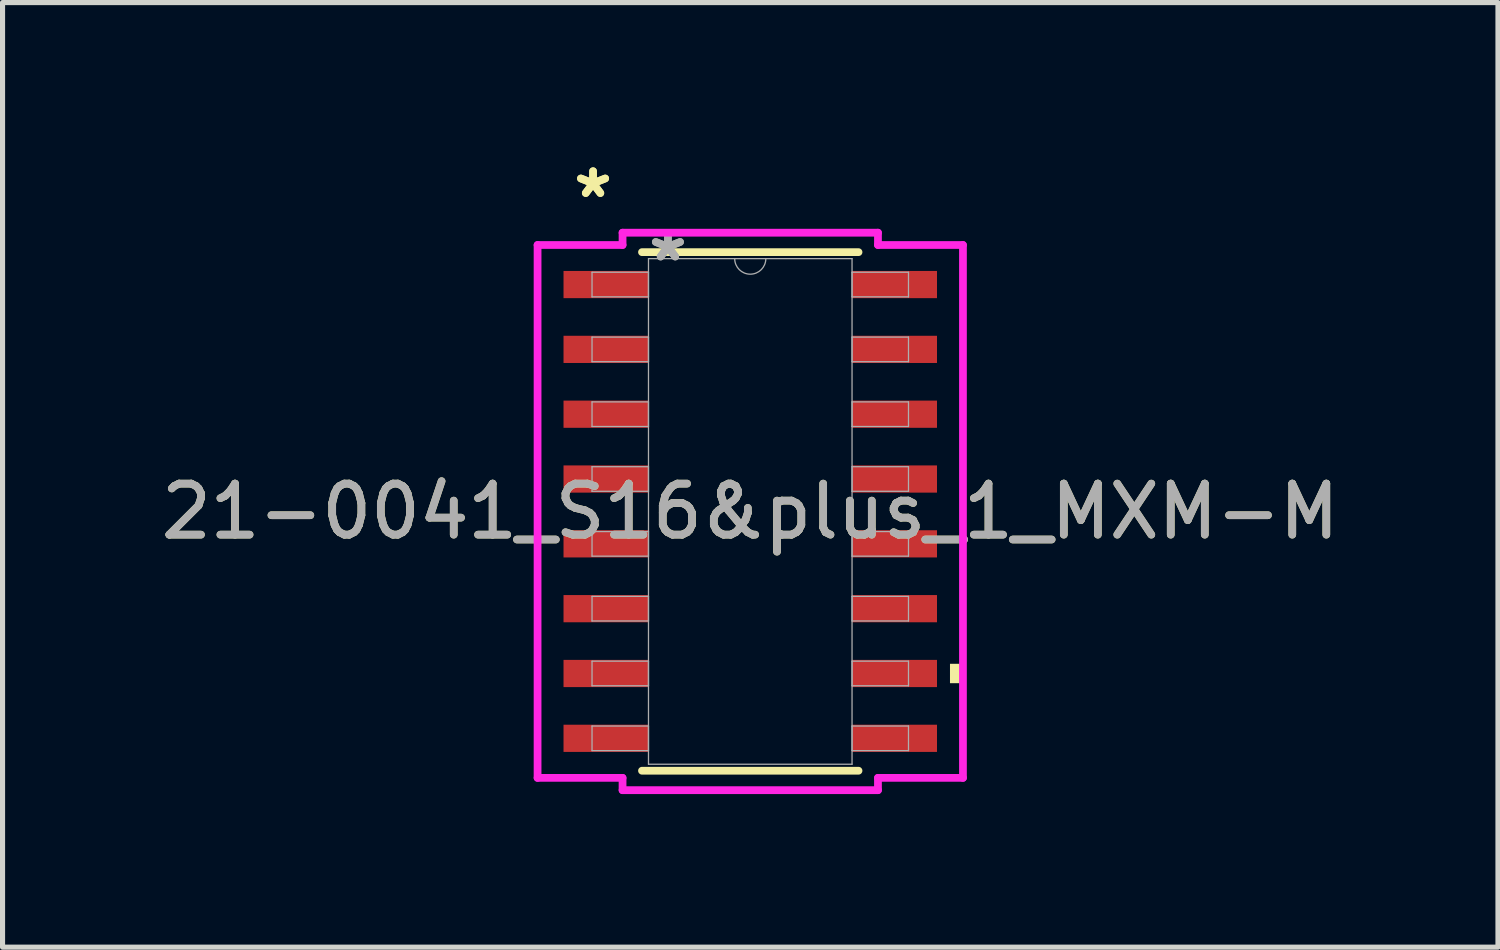
<source format=kicad_pcb>
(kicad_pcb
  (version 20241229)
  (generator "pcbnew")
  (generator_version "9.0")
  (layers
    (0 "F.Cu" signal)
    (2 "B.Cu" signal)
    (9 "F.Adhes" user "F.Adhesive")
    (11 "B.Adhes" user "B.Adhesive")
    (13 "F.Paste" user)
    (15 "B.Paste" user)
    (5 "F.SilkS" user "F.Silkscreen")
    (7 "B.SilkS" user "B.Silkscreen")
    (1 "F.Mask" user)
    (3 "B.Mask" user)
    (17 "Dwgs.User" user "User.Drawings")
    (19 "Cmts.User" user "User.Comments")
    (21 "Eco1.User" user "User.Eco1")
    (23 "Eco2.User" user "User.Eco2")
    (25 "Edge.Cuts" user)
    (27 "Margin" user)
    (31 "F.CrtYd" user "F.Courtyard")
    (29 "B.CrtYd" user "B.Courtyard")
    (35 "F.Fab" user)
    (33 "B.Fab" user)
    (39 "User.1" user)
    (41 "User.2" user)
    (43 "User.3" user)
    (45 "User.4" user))
  (footprint "21-0041_S16&plus_1_MXM-M"
    (layer "F.Cu")
    (at 11.649 6.97)
    (property "Reference" "21-0041_S16&plus_1_MXM-M" (at 0 0 0) (unlocked yes) (layer "F.SilkS") (effects (font (size 1 1) (thickness 0.15))))
    (attr smd)
    (fp_line (start -2.121 5.08) (end 2.121 5.08) (stroke (width 0.152) (type solid)) (layer "F.SilkS"))
    (fp_line (start 2.121 -5.08) (end -2.121 -5.08) (stroke (width 0.152) (type solid)) (layer "F.SilkS"))
    (fp_poly (pts (xy 4.167 2.985) (xy 4.167 3.365) (xy 3.913 3.365) (xy 3.913 2.985)) (stroke (width 0) (type solid)) (fill yes) (layer "F.SilkS"))
    (fp_line (start -4.167 -5.22) (end -2.502 -5.22) (stroke (width 0.152) (type solid)) (layer "F.CrtYd"))
    (fp_line (start -4.167 5.22) (end -4.167 -5.22) (stroke (width 0.152) (type solid)) (layer "F.CrtYd"))
    (fp_line (start -4.167 5.22) (end -2.502 5.22) (stroke (width 0.152) (type solid)) (layer "F.CrtYd"))
    (fp_line (start -2.502 -5.461) (end 2.502 -5.461) (stroke (width 0.152) (type solid)) (layer "F.CrtYd"))
    (fp_line (start -2.502 -5.22) (end -2.502 -5.461) (stroke (width 0.152) (type solid)) (layer "F.CrtYd"))
    (fp_line (start -2.502 5.461) (end -2.502 5.22) (stroke (width 0.152) (type solid)) (layer "F.CrtYd"))
    (fp_line (start 2.502 -5.461) (end 2.502 -5.22) (stroke (width 0.152) (type solid)) (layer "F.CrtYd"))
    (fp_line (start 2.502 5.22) (end 2.502 5.461) (stroke (width 0.152) (type solid)) (layer "F.CrtYd"))
    (fp_line (start 2.502 5.461) (end -2.502 5.461) (stroke (width 0.152) (type solid)) (layer "F.CrtYd"))
    (fp_line (start 4.167 -5.22) (end 2.502 -5.22) (stroke (width 0.152) (type solid)) (layer "F.CrtYd"))
    (fp_line (start 4.167 -5.22) (end 4.167 5.22) (stroke (width 0.152) (type solid)) (layer "F.CrtYd"))
    (fp_line (start 4.167 5.22) (end 2.502 5.22) (stroke (width 0.152) (type solid)) (layer "F.CrtYd"))
    (fp_line (start -3.1 -4.686) (end -3.1 -4.204) (stroke (width 0.025) (type solid)) (layer "F.Fab"))
    (fp_line (start -3.1 -4.204) (end -1.994 -4.204) (stroke (width 0.025) (type solid)) (layer "F.Fab"))
    (fp_line (start -3.1 -3.416) (end -3.1 -2.934) (stroke (width 0.025) (type solid)) (layer "F.Fab"))
    (fp_line (start -3.1 -2.934) (end -1.994 -2.934) (stroke (width 0.025) (type solid)) (layer "F.Fab"))
    (fp_line (start -3.1 -2.146) (end -3.1 -1.664) (stroke (width 0.025) (type solid)) (layer "F.Fab"))
    (fp_line (start -3.1 -1.664) (end -1.994 -1.664) (stroke (width 0.025) (type solid)) (layer "F.Fab"))
    (fp_line (start -3.1 -0.876) (end -3.1 -0.394) (stroke (width 0.025) (type solid)) (layer "F.Fab"))
    (fp_line (start -3.1 -0.394) (end -1.994 -0.394) (stroke (width 0.025) (type solid)) (layer "F.Fab"))
    (fp_line (start -3.1 0.394) (end -3.1 0.876) (stroke (width 0.025) (type solid)) (layer "F.Fab"))
    (fp_line (start -3.1 0.876) (end -1.994 0.876) (stroke (width 0.025) (type solid)) (layer "F.Fab"))
    (fp_line (start -3.1 1.664) (end -3.1 2.146) (stroke (width 0.025) (type solid)) (layer "F.Fab"))
    (fp_line (start -3.1 2.146) (end -1.994 2.146) (stroke (width 0.025) (type solid)) (layer "F.Fab"))
    (fp_line (start -3.1 2.934) (end -3.1 3.416) (stroke (width 0.025) (type solid)) (layer "F.Fab"))
    (fp_line (start -3.1 3.416) (end -1.994 3.416) (stroke (width 0.025) (type solid)) (layer "F.Fab"))
    (fp_line (start -3.1 4.204) (end -3.1 4.686) (stroke (width 0.025) (type solid)) (layer "F.Fab"))
    (fp_line (start -3.1 4.686) (end -1.994 4.686) (stroke (width 0.025) (type solid)) (layer "F.Fab"))
    (fp_line (start -1.994 -4.953) (end -1.994 4.953) (stroke (width 0.025) (type solid)) (layer "F.Fab"))
    (fp_line (start -1.994 -4.686) (end -3.1 -4.686) (stroke (width 0.025) (type solid)) (layer "F.Fab"))
    (fp_line (start -1.994 -4.204) (end -1.994 -4.686) (stroke (width 0.025) (type solid)) (layer "F.Fab"))
    (fp_line (start -1.994 -3.416) (end -3.1 -3.416) (stroke (width 0.025) (type solid)) (layer "F.Fab"))
    (fp_line (start -1.994 -2.934) (end -1.994 -3.416) (stroke (width 0.025) (type solid)) (layer "F.Fab"))
    (fp_line (start -1.994 -2.146) (end -3.1 -2.146) (stroke (width 0.025) (type solid)) (layer "F.Fab"))
    (fp_line (start -1.994 -1.664) (end -1.994 -2.146) (stroke (width 0.025) (type solid)) (layer "F.Fab"))
    (fp_line (start -1.994 -0.876) (end -3.1 -0.876) (stroke (width 0.025) (type solid)) (layer "F.Fab"))
    (fp_line (start -1.994 -0.394) (end -1.994 -0.876) (stroke (width 0.025) (type solid)) (layer "F.Fab"))
    (fp_line (start -1.994 0.394) (end -3.1 0.394) (stroke (width 0.025) (type solid)) (layer "F.Fab"))
    (fp_line (start -1.994 0.876) (end -1.994 0.394) (stroke (width 0.025) (type solid)) (layer "F.Fab"))
    (fp_line (start -1.994 1.664) (end -3.1 1.664) (stroke (width 0.025) (type solid)) (layer "F.Fab"))
    (fp_line (start -1.994 2.146) (end -1.994 1.664) (stroke (width 0.025) (type solid)) (layer "F.Fab"))
    (fp_line (start -1.994 2.934) (end -3.1 2.934) (stroke (width 0.025) (type solid)) (layer "F.Fab"))
    (fp_line (start -1.994 3.416) (end -1.994 2.934) (stroke (width 0.025) (type solid)) (layer "F.Fab"))
    (fp_line (start -1.994 4.204) (end -3.1 4.204) (stroke (width 0.025) (type solid)) (layer "F.Fab"))
    (fp_line (start -1.994 4.686) (end -1.994 4.204) (stroke (width 0.025) (type solid)) (layer "F.Fab"))
    (fp_line (start -1.994 4.953) (end 1.994 4.953) (stroke (width 0.025) (type solid)) (layer "F.Fab"))
    (fp_line (start 1.994 -4.953) (end -1.994 -4.953) (stroke (width 0.025) (type solid)) (layer "F.Fab"))
    (fp_line (start 1.994 -4.686) (end 1.994 -4.204) (stroke (width 0.025) (type solid)) (layer "F.Fab"))
    (fp_line (start 1.994 -4.204) (end 3.1 -4.204) (stroke (width 0.025) (type solid)) (layer "F.Fab"))
    (fp_line (start 1.994 -3.416) (end 1.994 -2.934) (stroke (width 0.025) (type solid)) (layer "F.Fab"))
    (fp_line (start 1.994 -2.934) (end 3.1 -2.934) (stroke (width 0.025) (type solid)) (layer "F.Fab"))
    (fp_line (start 1.994 -2.146) (end 1.994 -1.664) (stroke (width 0.025) (type solid)) (layer "F.Fab"))
    (fp_line (start 1.994 -1.664) (end 3.1 -1.664) (stroke (width 0.025) (type solid)) (layer "F.Fab"))
    (fp_line (start 1.994 -0.876) (end 1.994 -0.394) (stroke (width 0.025) (type solid)) (layer "F.Fab"))
    (fp_line (start 1.994 -0.394) (end 3.1 -0.394) (stroke (width 0.025) (type solid)) (layer "F.Fab"))
    (fp_line (start 1.994 0.394) (end 1.994 0.876) (stroke (width 0.025) (type solid)) (layer "F.Fab"))
    (fp_line (start 1.994 0.876) (end 3.1 0.876) (stroke (width 0.025) (type solid)) (layer "F.Fab"))
    (fp_line (start 1.994 1.664) (end 1.994 2.146) (stroke (width 0.025) (type solid)) (layer "F.Fab"))
    (fp_line (start 1.994 2.146) (end 3.1 2.146) (stroke (width 0.025) (type solid)) (layer "F.Fab"))
    (fp_line (start 1.994 2.934) (end 1.994 3.416) (stroke (width 0.025) (type solid)) (layer "F.Fab"))
    (fp_line (start 1.994 3.416) (end 3.1 3.416) (stroke (width 0.025) (type solid)) (layer "F.Fab"))
    (fp_line (start 1.994 4.204) (end 1.994 4.686) (stroke (width 0.025) (type solid)) (layer "F.Fab"))
    (fp_line (start 1.994 4.686) (end 3.1 4.686) (stroke (width 0.025) (type solid)) (layer "F.Fab"))
    (fp_line (start 1.994 4.953) (end 1.994 -4.953) (stroke (width 0.025) (type solid)) (layer "F.Fab"))
    (fp_line (start 3.1 -4.686) (end 1.994 -4.686) (stroke (width 0.025) (type solid)) (layer "F.Fab"))
    (fp_line (start 3.1 -4.204) (end 3.1 -4.686) (stroke (width 0.025) (type solid)) (layer "F.Fab"))
    (fp_line (start 3.1 -3.416) (end 1.994 -3.416) (stroke (width 0.025) (type solid)) (layer "F.Fab"))
    (fp_line (start 3.1 -2.934) (end 3.1 -3.416) (stroke (width 0.025) (type solid)) (layer "F.Fab"))
    (fp_line (start 3.1 -2.146) (end 1.994 -2.146) (stroke (width 0.025) (type solid)) (layer "F.Fab"))
    (fp_line (start 3.1 -1.664) (end 3.1 -2.146) (stroke (width 0.025) (type solid)) (layer "F.Fab"))
    (fp_line (start 3.1 -0.876) (end 1.994 -0.876) (stroke (width 0.025) (type solid)) (layer "F.Fab"))
    (fp_line (start 3.1 -0.394) (end 3.1 -0.876) (stroke (width 0.025) (type solid)) (layer "F.Fab"))
    (fp_line (start 3.1 0.394) (end 1.994 0.394) (stroke (width 0.025) (type solid)) (layer "F.Fab"))
    (fp_line (start 3.1 0.876) (end 3.1 0.394) (stroke (width 0.025) (type solid)) (layer "F.Fab"))
    (fp_line (start 3.1 1.664) (end 1.994 1.664) (stroke (width 0.025) (type solid)) (layer "F.Fab"))
    (fp_line (start 3.1 2.146) (end 3.1 1.664) (stroke (width 0.025) (type solid)) (layer "F.Fab"))
    (fp_line (start 3.1 2.934) (end 1.994 2.934) (stroke (width 0.025) (type solid)) (layer "F.Fab"))
    (fp_line (start 3.1 3.416) (end 3.1 2.934) (stroke (width 0.025) (type solid)) (layer "F.Fab"))
    (fp_line (start 3.1 4.204) (end 1.994 4.204) (stroke (width 0.025) (type solid)) (layer "F.Fab"))
    (fp_line (start 3.1 4.686) (end 3.1 4.204) (stroke (width 0.025) (type solid)) (layer "F.Fab"))
    (fp_arc (start 0.3048 -4.953) (mid 0 -4.6482) (end -0.3048 -4.953) (stroke (width 0.0254) (type solid)) (layer "F.Fab"))
    (fp_text user "*" (at -3.08 -6.121 0) (layer "F.SilkS") (effects (font (size 1 1) (thickness 0.15))))
    (fp_text user "*" (at -3.08 -6.121 0) (unlocked yes) (layer "F.SilkS") (effects (font (size 1 1) (thickness 0.15))))
    (fp_text user "*" (at -1.613 -4.877 0) (layer "F.Fab") (effects (font (size 1 1) (thickness 0.15))))
    (fp_text user "${REFERENCE}" (at 0 0 0) (unlocked yes) (layer "F.Fab") (effects (font (size 1 1) (thickness 0.15))))
    (fp_text user "*" (at -1.613 -4.877 0) (unlocked yes) (layer "F.Fab") (effects (font (size 1 1) (thickness 0.15))))
    (pad "1" smd rect (at -2.826 -4.445) (size 1.665 0.533) (layers "F.Cu" "F.Mask" "F.Paste"))
    (pad "2" smd rect (at -2.826 -3.175) (size 1.665 0.533) (layers "F.Cu" "F.Mask" "F.Paste"))
    (pad "3" smd rect (at -2.826 -1.905) (size 1.665 0.533) (layers "F.Cu" "F.Mask" "F.Paste"))
    (pad "4" smd rect (at -2.826 -0.635) (size 1.665 0.533) (layers "F.Cu" "F.Mask" "F.Paste"))
    (pad "5" smd rect (at -2.826 0.635) (size 1.665 0.533) (layers "F.Cu" "F.Mask" "F.Paste"))
    (pad "6" smd rect (at -2.826 1.905) (size 1.665 0.533) (layers "F.Cu" "F.Mask" "F.Paste"))
    (pad "7" smd rect (at -2.826 3.175) (size 1.665 0.533) (layers "F.Cu" "F.Mask" "F.Paste"))
    (pad "8" smd rect (at -2.826 4.445) (size 1.665 0.533) (layers "F.Cu" "F.Mask" "F.Paste"))
    (pad "9" smd rect (at 2.826 4.445) (size 1.665 0.533) (layers "F.Cu" "F.Mask" "F.Paste"))
    (pad "10" smd rect (at 2.826 3.175) (size 1.665 0.533) (layers "F.Cu" "F.Mask" "F.Paste"))
    (pad "11" smd rect (at 2.826 1.905) (size 1.665 0.533) (layers "F.Cu" "F.Mask" "F.Paste"))
    (pad "12" smd rect (at 2.826 0.635) (size 1.665 0.533) (layers "F.Cu" "F.Mask" "F.Paste"))
    (pad "13" smd rect (at 2.826 -0.635) (size 1.665 0.533) (layers "F.Cu" "F.Mask" "F.Paste"))
    (pad "14" smd rect (at 2.826 -1.905) (size 1.665 0.533) (layers "F.Cu" "F.Mask" "F.Paste"))
    (pad "15" smd rect (at 2.826 -3.175) (size 1.665 0.533) (layers "F.Cu" "F.Mask" "F.Paste"))
    (pad "16" smd rect (at 2.826 -4.445) (size 1.665 0.533) (layers "F.Cu" "F.Mask" "F.Paste")))
  (gr_rect
    (start -3 -3)
    (end 26.298 15.507)
    (stroke (width 0.1) (type default))
    (fill no)
    (layer "Edge.Cuts")))
</source>
